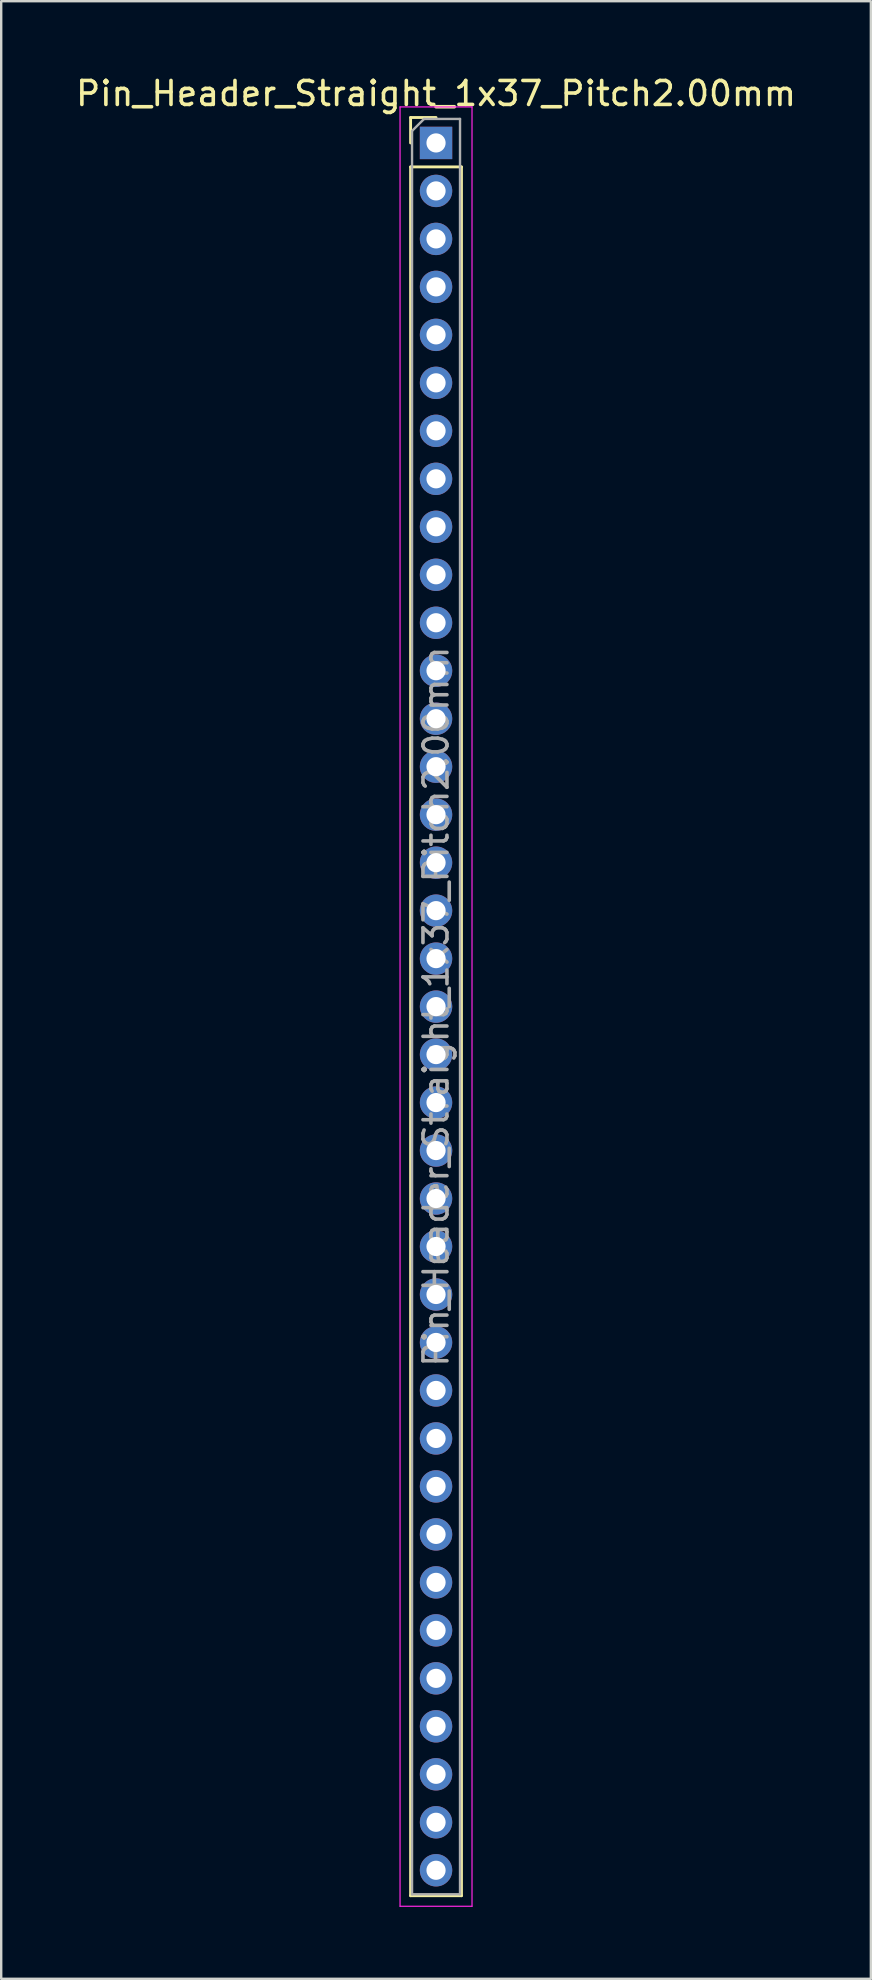
<source format=kicad_pcb>
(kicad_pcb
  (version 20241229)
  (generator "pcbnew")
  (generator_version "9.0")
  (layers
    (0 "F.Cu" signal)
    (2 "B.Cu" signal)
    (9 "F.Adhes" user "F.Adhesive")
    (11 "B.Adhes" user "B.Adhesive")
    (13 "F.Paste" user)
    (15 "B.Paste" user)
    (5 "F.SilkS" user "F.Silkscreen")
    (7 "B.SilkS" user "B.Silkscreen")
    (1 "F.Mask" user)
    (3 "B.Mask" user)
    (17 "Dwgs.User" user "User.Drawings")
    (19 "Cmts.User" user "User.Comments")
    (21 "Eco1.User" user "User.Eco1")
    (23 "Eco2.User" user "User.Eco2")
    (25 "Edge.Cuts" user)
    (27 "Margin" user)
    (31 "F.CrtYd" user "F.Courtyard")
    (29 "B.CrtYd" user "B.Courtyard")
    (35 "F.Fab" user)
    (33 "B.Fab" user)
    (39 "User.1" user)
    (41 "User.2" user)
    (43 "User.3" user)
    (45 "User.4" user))
  (footprint "Pin_Header_Straight_1x37_Pitch2.00mm"
    (layer "F.Cu")
    (at 15.125 2.908)
    (property "Reference" "Pin_Header_Straight_1x37_Pitch2.00mm" (at 0 -2.06 0) (layer "F.SilkS") (effects (font (size 1 1) (thickness 0.15))))
    (attr through_hole)
    (fp_line (start -1.06 -1.06) (end 0 -1.06) (stroke (width 0.12) (type solid)) (layer "F.SilkS"))
    (fp_line (start -1.06 0) (end -1.06 -1.06) (stroke (width 0.12) (type solid)) (layer "F.SilkS"))
    (fp_line (start -1.06 1) (end -1.06 73.06) (stroke (width 0.12) (type solid)) (layer "F.SilkS"))
    (fp_line (start -1.06 1) (end 1.06 1) (stroke (width 0.12) (type solid)) (layer "F.SilkS"))
    (fp_line (start -1.06 73.06) (end 1.06 73.06) (stroke (width 0.12) (type solid)) (layer "F.SilkS"))
    (fp_line (start 1.06 1) (end 1.06 73.06) (stroke (width 0.12) (type solid)) (layer "F.SilkS"))
    (fp_line (start -1.5 -1.5) (end -1.5 73.5) (stroke (width 0.05) (type solid)) (layer "F.CrtYd"))
    (fp_line (start -1.5 73.5) (end 1.5 73.5) (stroke (width 0.05) (type solid)) (layer "F.CrtYd"))
    (fp_line (start 1.5 -1.5) (end -1.5 -1.5) (stroke (width 0.05) (type solid)) (layer "F.CrtYd"))
    (fp_line (start 1.5 73.5) (end 1.5 -1.5) (stroke (width 0.05) (type solid)) (layer "F.CrtYd"))
    (fp_line (start -1 -0.5) (end -0.5 -1) (stroke (width 0.1) (type solid)) (layer "F.Fab"))
    (fp_line (start -1 73) (end -1 -0.5) (stroke (width 0.1) (type solid)) (layer "F.Fab"))
    (fp_line (start -0.5 -1) (end 1 -1) (stroke (width 0.1) (type solid)) (layer "F.Fab"))
    (fp_line (start 1 -1) (end 1 73) (stroke (width 0.1) (type solid)) (layer "F.Fab"))
    (fp_line (start 1 73) (end -1 73) (stroke (width 0.1) (type solid)) (layer "F.Fab"))
    (fp_text user "${REFERENCE}" (at 0 36 90) (layer "F.Fab") (effects (font (size 1 1) (thickness 0.15))))
    (pad "1" thru_hole rect (at 0 0) (size 1.35 1.35) (drill 0.8) (layers "*.Cu" "*.Mask"))
    (pad "2" thru_hole oval (at 0 2) (size 1.35 1.35) (drill 0.8) (layers "*.Cu" "*.Mask"))
    (pad "3" thru_hole oval (at 0 4) (size 1.35 1.35) (drill 0.8) (layers "*.Cu" "*.Mask"))
    (pad "4" thru_hole oval (at 0 6) (size 1.35 1.35) (drill 0.8) (layers "*.Cu" "*.Mask"))
    (pad "5" thru_hole oval (at 0 8) (size 1.35 1.35) (drill 0.8) (layers "*.Cu" "*.Mask"))
    (pad "6" thru_hole oval (at 0 10) (size 1.35 1.35) (drill 0.8) (layers "*.Cu" "*.Mask"))
    (pad "7" thru_hole oval (at 0 12) (size 1.35 1.35) (drill 0.8) (layers "*.Cu" "*.Mask"))
    (pad "8" thru_hole oval (at 0 14) (size 1.35 1.35) (drill 0.8) (layers "*.Cu" "*.Mask"))
    (pad "9" thru_hole oval (at 0 16) (size 1.35 1.35) (drill 0.8) (layers "*.Cu" "*.Mask"))
    (pad "10" thru_hole oval (at 0 18) (size 1.35 1.35) (drill 0.8) (layers "*.Cu" "*.Mask"))
    (pad "11" thru_hole oval (at 0 20) (size 1.35 1.35) (drill 0.8) (layers "*.Cu" "*.Mask"))
    (pad "12" thru_hole oval (at 0 22) (size 1.35 1.35) (drill 0.8) (layers "*.Cu" "*.Mask"))
    (pad "13" thru_hole oval (at 0 24) (size 1.35 1.35) (drill 0.8) (layers "*.Cu" "*.Mask"))
    (pad "14" thru_hole oval (at 0 26) (size 1.35 1.35) (drill 0.8) (layers "*.Cu" "*.Mask"))
    (pad "15" thru_hole oval (at 0 28) (size 1.35 1.35) (drill 0.8) (layers "*.Cu" "*.Mask"))
    (pad "16" thru_hole oval (at 0 30) (size 1.35 1.35) (drill 0.8) (layers "*.Cu" "*.Mask"))
    (pad "17" thru_hole oval (at 0 32) (size 1.35 1.35) (drill 0.8) (layers "*.Cu" "*.Mask"))
    (pad "18" thru_hole oval (at 0 34) (size 1.35 1.35) (drill 0.8) (layers "*.Cu" "*.Mask"))
    (pad "19" thru_hole oval (at 0 36) (size 1.35 1.35) (drill 0.8) (layers "*.Cu" "*.Mask"))
    (pad "20" thru_hole oval (at 0 38) (size 1.35 1.35) (drill 0.8) (layers "*.Cu" "*.Mask"))
    (pad "21" thru_hole oval (at 0 40) (size 1.35 1.35) (drill 0.8) (layers "*.Cu" "*.Mask"))
    (pad "22" thru_hole oval (at 0 42) (size 1.35 1.35) (drill 0.8) (layers "*.Cu" "*.Mask"))
    (pad "23" thru_hole oval (at 0 44) (size 1.35 1.35) (drill 0.8) (layers "*.Cu" "*.Mask"))
    (pad "24" thru_hole oval (at 0 46) (size 1.35 1.35) (drill 0.8) (layers "*.Cu" "*.Mask"))
    (pad "25" thru_hole oval (at 0 48) (size 1.35 1.35) (drill 0.8) (layers "*.Cu" "*.Mask"))
    (pad "26" thru_hole oval (at 0 50) (size 1.35 1.35) (drill 0.8) (layers "*.Cu" "*.Mask"))
    (pad "27" thru_hole oval (at 0 52) (size 1.35 1.35) (drill 0.8) (layers "*.Cu" "*.Mask"))
    (pad "28" thru_hole oval (at 0 54) (size 1.35 1.35) (drill 0.8) (layers "*.Cu" "*.Mask"))
    (pad "29" thru_hole oval (at 0 56) (size 1.35 1.35) (drill 0.8) (layers "*.Cu" "*.Mask"))
    (pad "30" thru_hole oval (at 0 58) (size 1.35 1.35) (drill 0.8) (layers "*.Cu" "*.Mask"))
    (pad "31" thru_hole oval (at 0 60) (size 1.35 1.35) (drill 0.8) (layers "*.Cu" "*.Mask"))
    (pad "32" thru_hole oval (at 0 62) (size 1.35 1.35) (drill 0.8) (layers "*.Cu" "*.Mask"))
    (pad "33" thru_hole oval (at 0 64) (size 1.35 1.35) (drill 0.8) (layers "*.Cu" "*.Mask"))
    (pad "34" thru_hole oval (at 0 66) (size 1.35 1.35) (drill 0.8) (layers "*.Cu" "*.Mask"))
    (pad "35" thru_hole oval (at 0 68) (size 1.35 1.35) (drill 0.8) (layers "*.Cu" "*.Mask"))
    (pad "36" thru_hole oval (at 0 70) (size 1.35 1.35) (drill 0.8) (layers "*.Cu" "*.Mask"))
    (pad "37" thru_hole oval (at 0 72) (size 1.35 1.35) (drill 0.8) (layers "*.Cu" "*.Mask")))
  (gr_rect
    (start -3 -3)
    (end 33.25 79.433)
    (stroke (width 0.1) (type default))
    (fill no)
    (layer "Edge.Cuts")))
</source>
